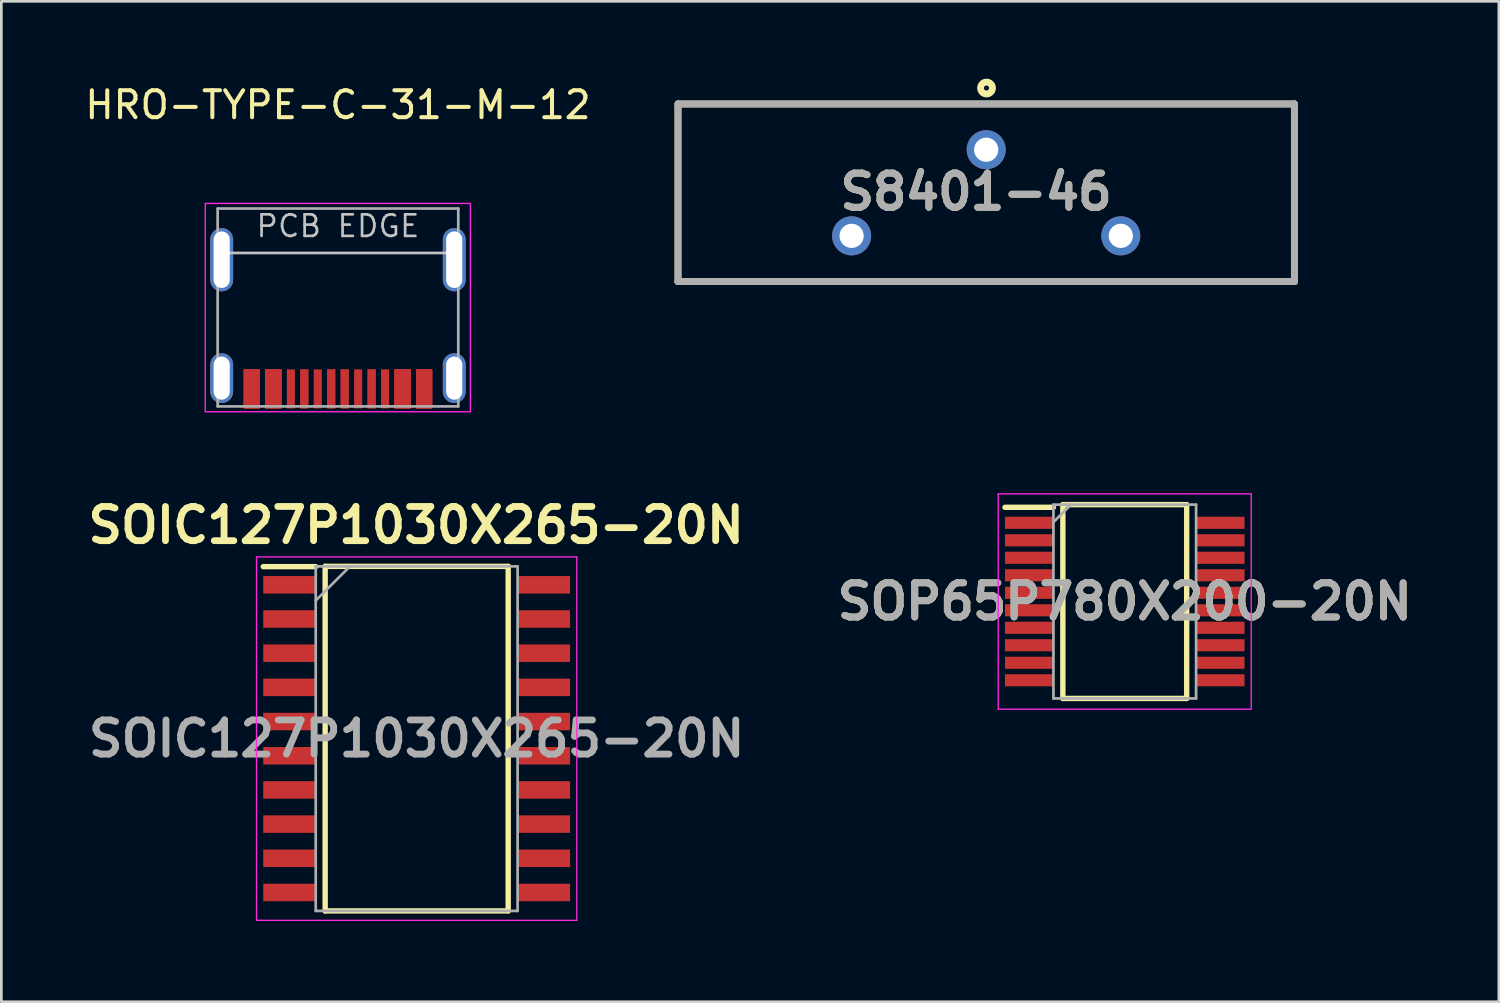
<source format=kicad_pcb>
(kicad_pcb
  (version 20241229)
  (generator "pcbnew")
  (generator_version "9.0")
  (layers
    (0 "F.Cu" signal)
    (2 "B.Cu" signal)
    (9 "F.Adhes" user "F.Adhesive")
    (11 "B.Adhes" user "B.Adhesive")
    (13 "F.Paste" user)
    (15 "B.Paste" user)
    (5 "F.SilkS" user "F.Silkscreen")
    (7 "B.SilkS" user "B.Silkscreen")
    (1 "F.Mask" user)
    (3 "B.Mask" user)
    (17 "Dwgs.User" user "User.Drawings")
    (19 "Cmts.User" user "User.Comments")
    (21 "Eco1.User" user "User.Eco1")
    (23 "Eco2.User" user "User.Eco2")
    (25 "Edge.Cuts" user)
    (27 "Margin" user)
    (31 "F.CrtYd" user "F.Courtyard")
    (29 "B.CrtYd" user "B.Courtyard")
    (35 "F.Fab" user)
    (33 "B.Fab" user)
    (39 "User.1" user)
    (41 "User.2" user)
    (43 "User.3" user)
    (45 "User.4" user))
  (footprint "SOP65P780X200-20N"
    (layer "F.Cu")
    (at 38.737 19.298)
    (property "Reference" "SOP65P780X200-20N" (at 0 0 0) (layer "F.SilkS") (effects (font (size 1.27 1.27) (thickness 0.254))))
    (attr smd)
    (fp_line (start -4.45 -3.5) (end -2.65 -3.5) (stroke (width 0.2) (type solid)) (layer "F.SilkS"))
    (fp_line (start -2.3 -3.6) (end 2.3 -3.6) (stroke (width 0.2) (type solid)) (layer "F.SilkS"))
    (fp_line (start -2.3 3.6) (end -2.3 -3.6) (stroke (width 0.2) (type solid)) (layer "F.SilkS"))
    (fp_line (start 2.3 -3.6) (end 2.3 3.6) (stroke (width 0.2) (type solid)) (layer "F.SilkS"))
    (fp_line (start 2.3 3.6) (end -2.3 3.6) (stroke (width 0.2) (type solid)) (layer "F.SilkS"))
    (fp_line (start -4.7 -4) (end 4.7 -4) (stroke (width 0.05) (type solid)) (layer "F.CrtYd"))
    (fp_line (start -4.7 4) (end -4.7 -4) (stroke (width 0.05) (type solid)) (layer "F.CrtYd"))
    (fp_line (start 4.7 -4) (end 4.7 4) (stroke (width 0.05) (type solid)) (layer "F.CrtYd"))
    (fp_line (start 4.7 4) (end -4.7 4) (stroke (width 0.05) (type solid)) (layer "F.CrtYd"))
    (fp_line (start -2.65 -3.6) (end 2.65 -3.6) (stroke (width 0.1) (type solid)) (layer "F.Fab"))
    (fp_line (start -2.65 -2.95) (end -2 -3.6) (stroke (width 0.1) (type solid)) (layer "F.Fab"))
    (fp_line (start -2.65 3.6) (end -2.65 -3.6) (stroke (width 0.1) (type solid)) (layer "F.Fab"))
    (fp_line (start 2.65 -3.6) (end 2.65 3.6) (stroke (width 0.1) (type solid)) (layer "F.Fab"))
    (fp_line (start 2.65 3.6) (end -2.65 3.6) (stroke (width 0.1) (type solid)) (layer "F.Fab"))
    (fp_text user "${REFERENCE}" (at 0 0 0) (layer "F.Fab") (effects (font (size 1.27 1.27) (thickness 0.254))))
    (pad "1" smd rect (at -3.55 -2.925 90) (size 0.45 1.8) (layers "F.Cu" "F.Mask" "F.Paste"))
    (pad "2" smd rect (at -3.55 -2.275 90) (size 0.45 1.8) (layers "F.Cu" "F.Mask" "F.Paste"))
    (pad "3" smd rect (at -3.55 -1.625 90) (size 0.45 1.8) (layers "F.Cu" "F.Mask" "F.Paste"))
    (pad "4" smd rect (at -3.55 -0.975 90) (size 0.45 1.8) (layers "F.Cu" "F.Mask" "F.Paste"))
    (pad "5" smd rect (at -3.55 -0.325 90) (size 0.45 1.8) (layers "F.Cu" "F.Mask" "F.Paste"))
    (pad "6" smd rect (at -3.55 0.325 90) (size 0.45 1.8) (layers "F.Cu" "F.Mask" "F.Paste"))
    (pad "7" smd rect (at -3.55 0.975 90) (size 0.45 1.8) (layers "F.Cu" "F.Mask" "F.Paste"))
    (pad "8" smd rect (at -3.55 1.625 90) (size 0.45 1.8) (layers "F.Cu" "F.Mask" "F.Paste"))
    (pad "9" smd rect (at -3.55 2.275 90) (size 0.45 1.8) (layers "F.Cu" "F.Mask" "F.Paste"))
    (pad "10" smd rect (at -3.55 2.925 90) (size 0.45 1.8) (layers "F.Cu" "F.Mask" "F.Paste"))
    (pad "11" smd rect (at 3.55 2.925 90) (size 0.45 1.8) (layers "F.Cu" "F.Mask" "F.Paste"))
    (pad "12" smd rect (at 3.55 2.275 90) (size 0.45 1.8) (layers "F.Cu" "F.Mask" "F.Paste"))
    (pad "13" smd rect (at 3.55 1.625 90) (size 0.45 1.8) (layers "F.Cu" "F.Mask" "F.Paste"))
    (pad "14" smd rect (at 3.55 0.975 90) (size 0.45 1.8) (layers "F.Cu" "F.Mask" "F.Paste"))
    (pad "15" smd rect (at 3.55 0.325 90) (size 0.45 1.8) (layers "F.Cu" "F.Mask" "F.Paste"))
    (pad "16" smd rect (at 3.55 -0.325 90) (size 0.45 1.8) (layers "F.Cu" "F.Mask" "F.Paste"))
    (pad "17" smd rect (at 3.55 -0.975 90) (size 0.45 1.8) (layers "F.Cu" "F.Mask" "F.Paste"))
    (pad "18" smd rect (at 3.55 -1.625 90) (size 0.45 1.8) (layers "F.Cu" "F.Mask" "F.Paste"))
    (pad "19" smd rect (at 3.55 -2.275 90) (size 0.45 1.8) (layers "F.Cu" "F.Mask" "F.Paste"))
    (pad "20" smd rect (at 3.55 -2.925 90) (size 0.45 1.8) (layers "F.Cu" "F.Mask" "F.Paste")))
  (footprint "HRO-TYPE-C-31-M-12"
    (layer "F.Cu")
    (at 9.506 6.348)
    (property "Reference" "HRO-TYPE-C-31-M-12" (at 0 -5.5 0) (layer "F.SilkS") (effects (font (size 1 1) (thickness 0.15))))
    (attr smd)
    (fp_line (start -4.5 0) (end 4.5 0) (stroke (width 0.1) (type solid)) (layer "Dwgs.User"))
    (fp_rect (start -4.93 -1.84) (end 4.92 5.9) (stroke (width 0.05) (type default)) (fill no) (layer "F.CrtYd"))
    (fp_line (start -4.47 -1.65) (end 4.47 -1.65) (stroke (width 0.1) (type solid)) (layer "F.Fab"))
    (fp_line (start -4.47 5.7) (end -4.47 -1.65) (stroke (width 0.1) (type solid)) (layer "F.Fab"))
    (fp_line (start 4.47 -1.65) (end 4.47 5.7) (stroke (width 0.1) (type solid)) (layer "F.Fab"))
    (fp_line (start 4.47 5.7) (end -4.47 5.7) (stroke (width 0.1) (type solid)) (layer "F.Fab"))
    (fp_text user "PCB EDGE" (at 0 -1 0) (layer "Dwgs.User") (effects (font (size 0.8 0.8) (thickness 0.1))))
    (pad "A1" smd rect (at -3.2 5.05) (size 0.6 1.45) (layers "F.Cu" "F.Mask" "F.Paste"))
    (pad "A1" smd rect (at -3.2 5.05) (size 0.6 1.45) (layers "F.Cu" "F.Mask" "F.Paste"))
    (pad "A4" smd rect (at -2.4 5.05) (size 0.6 1.45) (layers "F.Cu" "F.Mask" "F.Paste"))
    (pad "A4" smd rect (at -2.4 5.05) (size 0.6 1.45) (layers "F.Cu" "F.Mask" "F.Paste"))
    (pad "A5" smd rect (at -1.25 5.05) (size 0.3 1.45) (layers "F.Cu" "F.Mask" "F.Paste"))
    (pad "A5" smd rect (at -1.25 5.05) (size 0.3 1.45) (layers "F.Cu" "F.Mask" "F.Paste"))
    (pad "A6" smd rect (at -0.25 5.05) (size 0.3 1.45) (layers "F.Cu" "F.Mask" "F.Paste"))
    (pad "A6" smd rect (at -0.25 5.05) (size 0.3 1.45) (layers "F.Cu" "F.Mask" "F.Paste"))
    (pad "A7" smd rect (at 0.25 5.05) (size 0.3 1.45) (layers "F.Cu" "F.Mask" "F.Paste"))
    (pad "A7" smd rect (at 0.25 5.05) (size 0.3 1.45) (layers "F.Cu" "F.Mask" "F.Paste"))
    (pad "A8" smd rect (at 1.25 5.05) (size 0.3 1.45) (layers "F.Cu" "F.Mask" "F.Paste"))
    (pad "A8" smd rect (at 1.25 5.05) (size 0.3 1.45) (layers "F.Cu" "F.Mask" "F.Paste"))
    (pad "A9" smd rect (at 2.4 5.05) (size 0.6 1.45) (layers "F.Cu" "F.Mask" "F.Paste"))
    (pad "A9" smd rect (at 2.4 5.05) (size 0.6 1.45) (layers "F.Cu" "F.Mask" "F.Paste"))
    (pad "A12" smd rect (at 3.2 5.05) (size 0.6 1.45) (layers "F.Cu" "F.Mask" "F.Paste"))
    (pad "A12" smd rect (at 3.2 5.05) (size 0.6 1.45) (layers "F.Cu" "F.Mask" "F.Paste"))
    (pad "B1" smd rect (at 3.2 5.05) (size 0.6 1.45) (layers "F.Cu" "F.Mask" "F.Paste"))
    (pad "B1" smd rect (at 3.2 5.05) (size 0.6 1.45) (layers "F.Cu" "F.Mask" "F.Paste"))
    (pad "B4" smd rect (at 2.4 5.05) (size 0.6 1.45) (layers "F.Cu" "F.Mask" "F.Paste"))
    (pad "B4" smd rect (at 2.4 5.05) (size 0.6 1.45) (layers "F.Cu" "F.Mask" "F.Paste"))
    (pad "B5" smd rect (at 1.75 5.05) (size 0.3 1.45) (layers "F.Cu" "F.Mask" "F.Paste"))
    (pad "B6" smd rect (at 0.75 5.05) (size 0.3 1.45) (layers "F.Cu" "F.Mask" "F.Paste"))
    (pad "B7" smd rect (at -0.75 5.05) (size 0.3 1.45) (layers "F.Cu" "F.Mask" "F.Paste"))
    (pad "B8" smd rect (at -1.75 5.05) (size 0.3 1.45) (layers "F.Cu" "F.Mask" "F.Paste"))
    (pad "B9" smd rect (at -2.4 5.05) (size 0.6 1.45) (layers "F.Cu" "F.Mask" "F.Paste"))
    (pad "B9" smd rect (at -2.4 5.05) (size 0.6 1.45) (layers "F.Cu" "F.Mask" "F.Paste"))
    (pad "B12" smd rect (at -3.2 5.05) (size 0.6 1.45) (layers "F.Cu" "F.Mask" "F.Paste"))
    (pad "B12" smd rect (at -3.2 5.05) (size 0.6 1.45) (layers "F.Cu" "F.Mask" "F.Paste"))
    (pad "S1" thru_hole oval (at -4.32 0.25) (size 0.85 2.35) (drill oval 0.6 2.1) (layers "*.Cu" "*.Mask"))
    (pad "S2" thru_hole oval (at 4.32 0.25) (size 0.85 2.35) (drill oval 0.6 2.1) (layers "*.Cu" "*.Mask"))
    (pad "S3" thru_hole oval (at -4.32 4.65) (size 0.85 1.85) (drill oval 0.6 1.6) (layers "*.Cu" "*.Mask"))
    (pad "S4" thru_hole oval (at 4.32 4.65) (size 0.85 1.85) (drill oval 0.6 1.6) (layers "*.Cu" "*.Mask")))
  (footprint "SOIC127P1030X265-20N"
    (layer "F.Cu")
    (at 12.43 24.392)
    (property "Reference" "SOIC127P1030X265-20N" (at -0.02 -7.93 0) (layer "F.SilkS") (effects (font (size 1.27 1.27) (thickness 0.254))))
    (attr smd)
    (fp_line (start -5.7 -6.39) (end -3.75 -6.39) (stroke (width 0.2) (type solid)) (layer "F.SilkS"))
    (fp_line (start -3.4 -6.4) (end 3.4 -6.4) (stroke (width 0.2) (type solid)) (layer "F.SilkS"))
    (fp_line (start -3.4 6.4) (end -3.4 -6.4) (stroke (width 0.2) (type solid)) (layer "F.SilkS"))
    (fp_line (start 3.4 -6.4) (end 3.4 6.4) (stroke (width 0.2) (type solid)) (layer "F.SilkS"))
    (fp_line (start 3.4 6.4) (end -3.4 6.4) (stroke (width 0.2) (type solid)) (layer "F.SilkS"))
    (fp_line (start -5.95 -6.75) (end 5.95 -6.75) (stroke (width 0.05) (type solid)) (layer "F.CrtYd"))
    (fp_line (start -5.95 6.75) (end -5.95 -6.75) (stroke (width 0.05) (type solid)) (layer "F.CrtYd"))
    (fp_line (start 5.95 -6.75) (end 5.95 6.75) (stroke (width 0.05) (type solid)) (layer "F.CrtYd"))
    (fp_line (start 5.95 6.75) (end -5.95 6.75) (stroke (width 0.05) (type solid)) (layer "F.CrtYd"))
    (fp_line (start -3.75 -6.4) (end 3.75 -6.4) (stroke (width 0.1) (type solid)) (layer "F.Fab"))
    (fp_line (start -3.75 -5.13) (end -2.48 -6.4) (stroke (width 0.1) (type solid)) (layer "F.Fab"))
    (fp_line (start -3.75 6.4) (end -3.75 -6.4) (stroke (width 0.1) (type solid)) (layer "F.Fab"))
    (fp_line (start 3.75 -6.4) (end 3.75 6.4) (stroke (width 0.1) (type solid)) (layer "F.Fab"))
    (fp_line (start 3.75 6.4) (end -3.75 6.4) (stroke (width 0.1) (type solid)) (layer "F.Fab"))
    (fp_text user "${REFERENCE}" (at 0 0 0) (layer "F.Fab") (effects (font (size 1.27 1.27) (thickness 0.254))))
    (pad "1" smd rect (at -4.725 -5.715 90) (size 0.65 1.95) (layers "F.Cu" "F.Mask" "F.Paste"))
    (pad "2" smd rect (at -4.725 -4.445 90) (size 0.65 1.95) (layers "F.Cu" "F.Mask" "F.Paste"))
    (pad "3" smd rect (at -4.725 -3.175 90) (size 0.65 1.95) (layers "F.Cu" "F.Mask" "F.Paste"))
    (pad "4" smd rect (at -4.725 -1.905 90) (size 0.65 1.95) (layers "F.Cu" "F.Mask" "F.Paste"))
    (pad "5" smd rect (at -4.725 -0.635 90) (size 0.65 1.95) (layers "F.Cu" "F.Mask" "F.Paste"))
    (pad "6" smd rect (at -4.725 0.635 90) (size 0.65 1.95) (layers "F.Cu" "F.Mask" "F.Paste"))
    (pad "7" smd rect (at -4.725 1.905 90) (size 0.65 1.95) (layers "F.Cu" "F.Mask" "F.Paste"))
    (pad "8" smd rect (at -4.725 3.175 90) (size 0.65 1.95) (layers "F.Cu" "F.Mask" "F.Paste"))
    (pad "9" smd rect (at -4.725 4.445 90) (size 0.65 1.95) (layers "F.Cu" "F.Mask" "F.Paste"))
    (pad "10" smd rect (at -4.725 5.715 90) (size 0.65 1.95) (layers "F.Cu" "F.Mask" "F.Paste"))
    (pad "11" smd rect (at 4.725 5.715 90) (size 0.65 1.95) (layers "F.Cu" "F.Mask" "F.Paste"))
    (pad "12" smd rect (at 4.725 4.445 90) (size 0.65 1.95) (layers "F.Cu" "F.Mask" "F.Paste"))
    (pad "13" smd rect (at 4.725 3.175 90) (size 0.65 1.95) (layers "F.Cu" "F.Mask" "F.Paste"))
    (pad "14" smd rect (at 4.725 1.905 90) (size 0.65 1.95) (layers "F.Cu" "F.Mask" "F.Paste"))
    (pad "15" smd rect (at 4.725 0.635 90) (size 0.65 1.95) (layers "F.Cu" "F.Mask" "F.Paste"))
    (pad "16" smd rect (at 4.725 -0.635 90) (size 0.65 1.95) (layers "F.Cu" "F.Mask" "F.Paste"))
    (pad "17" smd rect (at 4.725 -1.905 90) (size 0.65 1.95) (layers "F.Cu" "F.Mask" "F.Paste"))
    (pad "18" smd rect (at 4.725 -3.175 90) (size 0.65 1.95) (layers "F.Cu" "F.Mask" "F.Paste"))
    (pad "19" smd rect (at 4.725 -4.445 90) (size 0.65 1.95) (layers "F.Cu" "F.Mask" "F.Paste"))
    (pad "20" smd rect (at 4.725 -5.715 90) (size 0.65 1.95) (layers "F.Cu" "F.Mask" "F.Paste")))
  (footprint "S8401-46"
    (layer "F.Cu")
    (at 33.589 4.112)
    (property "Reference" "S8401-46" (at -0.376 -0.036 0) (layer "F.SilkS") (effects (font (size 1.27 1.27) (thickness 0.254))))
    (attr through_hole)
    (fp_line (start -11.45 -3.3) (end -11.45 3.3) (stroke (width 0.254) (type solid)) (layer "F.SilkS"))
    (fp_line (start -11.45 3.3) (end 11.45 3.3) (stroke (width 0.254) (type solid)) (layer "F.SilkS"))
    (fp_line (start 11.45 -3.3) (end -11.45 -3.3) (stroke (width 0.254) (type solid)) (layer "F.SilkS"))
    (fp_line (start 11.45 3.3) (end 11.45 -3.3) (stroke (width 0.254) (type solid)) (layer "F.SilkS"))
    (fp_circle (center 0.012 -3.891) (end 0.012 -3.797) (stroke (width 0.254) (type solid)) (fill no) (layer "F.SilkS"))
    (fp_line (start -11.45 -3.3) (end 11.45 -3.3) (stroke (width 0.254) (type solid)) (layer "F.Fab"))
    (fp_line (start -11.45 3.3) (end -11.45 -3.3) (stroke (width 0.254) (type solid)) (layer "F.Fab"))
    (fp_line (start 11.45 -3.3) (end 11.45 3.3) (stroke (width 0.254) (type solid)) (layer "F.Fab"))
    (fp_line (start 11.45 3.3) (end -11.45 3.3) (stroke (width 0.254) (type solid)) (layer "F.Fab"))
    (fp_text user "${REFERENCE}" (at -0.376 -0.036 0) (layer "F.Fab") (effects (font (size 1.27 1.27) (thickness 0.254))))
    (pad "1" thru_hole circle (at 0 -1.6) (size 1.45 1.45) (drill 0.9) (layers "*.Cu" "*.Mask"))
    (pad "2" thru_hole circle (at -5 1.6) (size 1.45 1.45) (drill 0.9) (layers "*.Cu" "*.Mask"))
    (pad "3" thru_hole circle (at 5 1.6) (size 1.45 1.45) (drill 0.9) (layers "*.Cu" "*.Mask")))
  (gr_rect
    (start -3 -3)
    (end 52.635 34.167)
    (stroke (width 0.1) (type default))
    (fill no)
    (layer "Edge.Cuts")))
</source>
